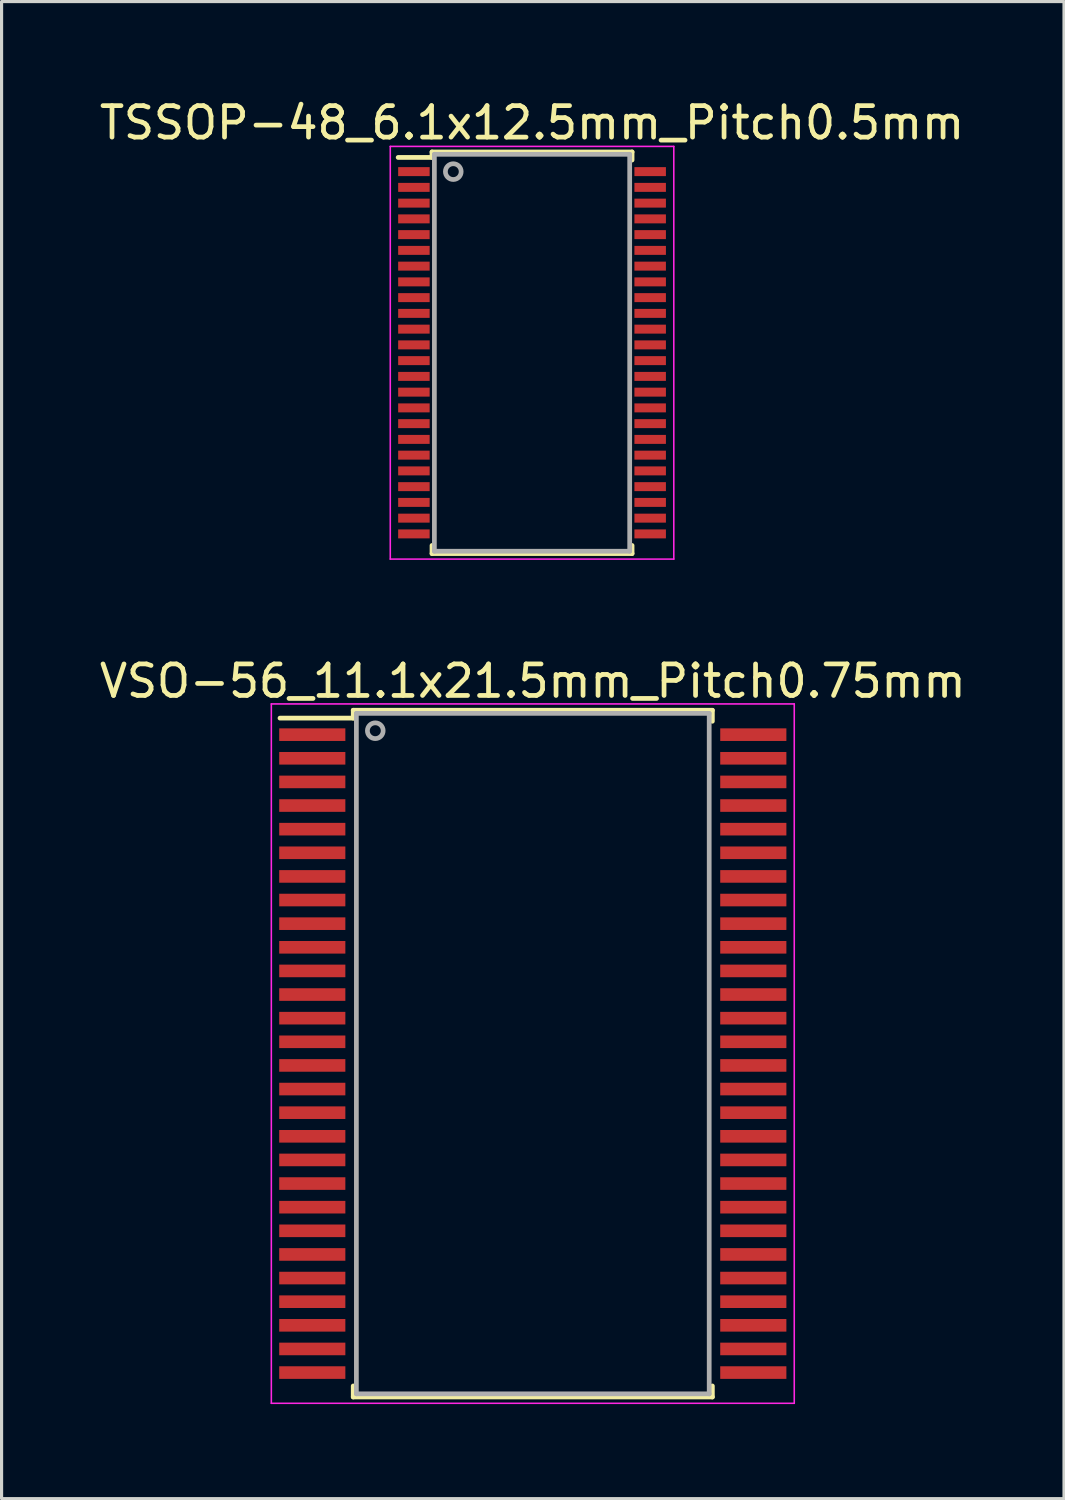
<source format=kicad_pcb>
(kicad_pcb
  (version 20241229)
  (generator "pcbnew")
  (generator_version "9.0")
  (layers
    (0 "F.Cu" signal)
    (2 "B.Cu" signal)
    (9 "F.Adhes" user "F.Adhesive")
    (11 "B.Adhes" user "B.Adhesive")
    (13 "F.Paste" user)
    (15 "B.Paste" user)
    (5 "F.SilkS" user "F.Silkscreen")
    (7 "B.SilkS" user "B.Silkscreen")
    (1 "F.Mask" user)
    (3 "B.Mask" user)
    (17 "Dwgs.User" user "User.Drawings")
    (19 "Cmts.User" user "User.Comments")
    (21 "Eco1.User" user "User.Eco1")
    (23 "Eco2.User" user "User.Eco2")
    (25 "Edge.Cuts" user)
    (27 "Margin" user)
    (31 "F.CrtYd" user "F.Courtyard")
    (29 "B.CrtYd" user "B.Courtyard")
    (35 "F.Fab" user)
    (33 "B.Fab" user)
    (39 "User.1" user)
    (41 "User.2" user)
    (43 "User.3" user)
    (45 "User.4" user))
  (footprint "VSO-56_11.1x21.5mm_Pitch0.75mm"
    (layer "F.Cu")
    (at 13.863 30.396)
    (property "Reference" "VSO-56_11.1x21.5mm_Pitch0.75mm" (at 0 -11.825 0) (layer "F.SilkS") (effects (font (size 1 1) (thickness 0.15))))
    (attr smd)
    (fp_line (start -5.7 -10.9) (end -5.7 -10.65) (stroke (width 0.15) (type solid)) (layer "F.SilkS"))
    (fp_line (start -5.7 -10.9) (end 5.7 -10.9) (stroke (width 0.15) (type solid)) (layer "F.SilkS"))
    (fp_line (start -5.7 -10.65) (end -8.025 -10.65) (stroke (width 0.15) (type solid)) (layer "F.SilkS"))
    (fp_line (start -5.7 10.9) (end -5.7 10.55) (stroke (width 0.15) (type solid)) (layer "F.SilkS"))
    (fp_line (start -5.7 10.9) (end 5.7 10.9) (stroke (width 0.15) (type solid)) (layer "F.SilkS"))
    (fp_line (start 5.7 -10.9) (end 5.7 -10.55) (stroke (width 0.15) (type solid)) (layer "F.SilkS"))
    (fp_line (start 5.7 10.9) (end 5.7 10.55) (stroke (width 0.15) (type solid)) (layer "F.SilkS"))
    (fp_line (start -8.3 -11.1) (end -8.3 11.1) (stroke (width 0.05) (type solid)) (layer "F.CrtYd"))
    (fp_line (start -8.3 -11.1) (end 8.3 -11.1) (stroke (width 0.05) (type solid)) (layer "F.CrtYd"))
    (fp_line (start -8.3 11.1) (end 8.3 11.1) (stroke (width 0.05) (type solid)) (layer "F.CrtYd"))
    (fp_line (start 8.3 -11.1) (end 8.3 11.1) (stroke (width 0.05) (type solid)) (layer "F.CrtYd"))
    (fp_line (start -5.6 -10.8) (end 5.6 -10.8) (stroke (width 0.15) (type solid)) (layer "F.Fab"))
    (fp_line (start -5.6 10.8) (end -5.6 -10.8) (stroke (width 0.15) (type solid)) (layer "F.Fab"))
    (fp_line (start 5.6 -10.8) (end 5.6 10.8) (stroke (width 0.15) (type solid)) (layer "F.Fab"))
    (fp_line (start 5.6 10.8) (end -5.6 10.8) (stroke (width 0.15) (type solid)) (layer "F.Fab"))
    (fp_circle (center -5 -10.25) (end -5.25 -10.25) (stroke (width 0.15) (type solid)) (fill no) (layer "F.Fab"))
    (pad "1" smd rect (at -7 -10.125) (size 2.1 0.4) (layers "F.Cu" "F.Mask" "F.Paste"))
    (pad "2" smd rect (at -7 -9.375) (size 2.1 0.4) (layers "F.Cu" "F.Mask" "F.Paste"))
    (pad "3" smd rect (at -7 -8.625) (size 2.1 0.4) (layers "F.Cu" "F.Mask" "F.Paste"))
    (pad "4" smd rect (at -7 -7.875) (size 2.1 0.4) (layers "F.Cu" "F.Mask" "F.Paste"))
    (pad "5" smd rect (at -7 -7.125) (size 2.1 0.4) (layers "F.Cu" "F.Mask" "F.Paste"))
    (pad "6" smd rect (at -7 -6.375) (size 2.1 0.4) (layers "F.Cu" "F.Mask" "F.Paste"))
    (pad "7" smd rect (at -7 -5.625) (size 2.1 0.4) (layers "F.Cu" "F.Mask" "F.Paste"))
    (pad "8" smd rect (at -7 -4.875) (size 2.1 0.4) (layers "F.Cu" "F.Mask" "F.Paste"))
    (pad "9" smd rect (at -7 -4.125) (size 2.1 0.4) (layers "F.Cu" "F.Mask" "F.Paste"))
    (pad "10" smd rect (at -7 -3.375) (size 2.1 0.4) (layers "F.Cu" "F.Mask" "F.Paste"))
    (pad "11" smd rect (at -7 -2.625) (size 2.1 0.4) (layers "F.Cu" "F.Mask" "F.Paste"))
    (pad "12" smd rect (at -7 -1.875) (size 2.1 0.4) (layers "F.Cu" "F.Mask" "F.Paste"))
    (pad "13" smd rect (at -7 -1.125) (size 2.1 0.4) (layers "F.Cu" "F.Mask" "F.Paste"))
    (pad "14" smd rect (at -7 -0.375) (size 2.1 0.4) (layers "F.Cu" "F.Mask" "F.Paste"))
    (pad "15" smd rect (at -7 0.375) (size 2.1 0.4) (layers "F.Cu" "F.Mask" "F.Paste"))
    (pad "16" smd rect (at -7 1.125) (size 2.1 0.4) (layers "F.Cu" "F.Mask" "F.Paste"))
    (pad "17" smd rect (at -7 1.875) (size 2.1 0.4) (layers "F.Cu" "F.Mask" "F.Paste"))
    (pad "18" smd rect (at -7 2.625) (size 2.1 0.4) (layers "F.Cu" "F.Mask" "F.Paste"))
    (pad "19" smd rect (at -7 3.375) (size 2.1 0.4) (layers "F.Cu" "F.Mask" "F.Paste"))
    (pad "20" smd rect (at -7 4.125) (size 2.1 0.4) (layers "F.Cu" "F.Mask" "F.Paste"))
    (pad "21" smd rect (at -7 4.875) (size 2.1 0.4) (layers "F.Cu" "F.Mask" "F.Paste"))
    (pad "22" smd rect (at -7 5.625) (size 2.1 0.4) (layers "F.Cu" "F.Mask" "F.Paste"))
    (pad "23" smd rect (at -7 6.375) (size 2.1 0.4) (layers "F.Cu" "F.Mask" "F.Paste"))
    (pad "24" smd rect (at -7 7.125) (size 2.1 0.4) (layers "F.Cu" "F.Mask" "F.Paste"))
    (pad "25" smd rect (at -7 7.875) (size 2.1 0.4) (layers "F.Cu" "F.Mask" "F.Paste"))
    (pad "26" smd rect (at -7 8.625) (size 2.1 0.4) (layers "F.Cu" "F.Mask" "F.Paste"))
    (pad "27" smd rect (at -7 9.375) (size 2.1 0.4) (layers "F.Cu" "F.Mask" "F.Paste"))
    (pad "28" smd rect (at -7 10.125) (size 2.1 0.4) (layers "F.Cu" "F.Mask" "F.Paste"))
    (pad "29" smd rect (at 7 10.125) (size 2.1 0.4) (layers "F.Cu" "F.Mask" "F.Paste"))
    (pad "30" smd rect (at 7 9.375) (size 2.1 0.4) (layers "F.Cu" "F.Mask" "F.Paste"))
    (pad "31" smd rect (at 7 8.625) (size 2.1 0.4) (layers "F.Cu" "F.Mask" "F.Paste"))
    (pad "32" smd rect (at 7 7.875) (size 2.1 0.4) (layers "F.Cu" "F.Mask" "F.Paste"))
    (pad "33" smd rect (at 7 7.125) (size 2.1 0.4) (layers "F.Cu" "F.Mask" "F.Paste"))
    (pad "34" smd rect (at 7 6.375) (size 2.1 0.4) (layers "F.Cu" "F.Mask" "F.Paste"))
    (pad "35" smd rect (at 7 5.625) (size 2.1 0.4) (layers "F.Cu" "F.Mask" "F.Paste"))
    (pad "36" smd rect (at 7 4.875) (size 2.1 0.4) (layers "F.Cu" "F.Mask" "F.Paste"))
    (pad "37" smd rect (at 7 4.125) (size 2.1 0.4) (layers "F.Cu" "F.Mask" "F.Paste"))
    (pad "38" smd rect (at 7 3.375) (size 2.1 0.4) (layers "F.Cu" "F.Mask" "F.Paste"))
    (pad "39" smd rect (at 7 2.625) (size 2.1 0.4) (layers "F.Cu" "F.Mask" "F.Paste"))
    (pad "40" smd rect (at 7 1.875) (size 2.1 0.4) (layers "F.Cu" "F.Mask" "F.Paste"))
    (pad "41" smd rect (at 7 1.125) (size 2.1 0.4) (layers "F.Cu" "F.Mask" "F.Paste"))
    (pad "42" smd rect (at 7 0.375) (size 2.1 0.4) (layers "F.Cu" "F.Mask" "F.Paste"))
    (pad "43" smd rect (at 7 -0.375) (size 2.1 0.4) (layers "F.Cu" "F.Mask" "F.Paste"))
    (pad "44" smd rect (at 7 -1.125) (size 2.1 0.4) (layers "F.Cu" "F.Mask" "F.Paste"))
    (pad "45" smd rect (at 7 -1.875) (size 2.1 0.4) (layers "F.Cu" "F.Mask" "F.Paste"))
    (pad "46" smd rect (at 7 -2.625) (size 2.1 0.4) (layers "F.Cu" "F.Mask" "F.Paste"))
    (pad "47" smd rect (at 7 -3.375) (size 2.1 0.4) (layers "F.Cu" "F.Mask" "F.Paste"))
    (pad "48" smd rect (at 7 -4.125) (size 2.1 0.4) (layers "F.Cu" "F.Mask" "F.Paste"))
    (pad "49" smd rect (at 7 -4.875) (size 2.1 0.4) (layers "F.Cu" "F.Mask" "F.Paste"))
    (pad "50" smd rect (at 7 -5.625) (size 2.1 0.4) (layers "F.Cu" "F.Mask" "F.Paste"))
    (pad "51" smd rect (at 7 -6.375) (size 2.1 0.4) (layers "F.Cu" "F.Mask" "F.Paste"))
    (pad "52" smd rect (at 7 -7.125) (size 2.1 0.4) (layers "F.Cu" "F.Mask" "F.Paste"))
    (pad "53" smd rect (at 7 -7.875) (size 2.1 0.4) (layers "F.Cu" "F.Mask" "F.Paste"))
    (pad "54" smd rect (at 7 -8.625) (size 2.1 0.4) (layers "F.Cu" "F.Mask" "F.Paste"))
    (pad "55" smd rect (at 7 -9.375) (size 2.1 0.4) (layers "F.Cu" "F.Mask" "F.Paste"))
    (pad "56" smd rect (at 7 -10.125) (size 2.1 0.4) (layers "F.Cu" "F.Mask" "F.Paste")))
  (footprint "TSSOP-48_6.1x12.5mm_Pitch0.5mm"
    (layer "F.Cu")
    (at 13.839 8.148)
    (property "Reference" "TSSOP-48_6.1x12.5mm_Pitch0.5mm" (at 0 -7.3 0) (layer "F.SilkS") (effects (font (size 1 1) (thickness 0.15))))
    (attr smd)
    (fp_line (start -3.175 -6.375) (end -3.175 -6.2) (stroke (width 0.15) (type solid)) (layer "F.SilkS"))
    (fp_line (start -3.175 -6.375) (end 3.175 -6.375) (stroke (width 0.15) (type solid)) (layer "F.SilkS"))
    (fp_line (start -3.175 -6.2) (end -4.25 -6.2) (stroke (width 0.15) (type solid)) (layer "F.SilkS"))
    (fp_line (start -3.175 6.375) (end -3.175 6.117) (stroke (width 0.15) (type solid)) (layer "F.SilkS"))
    (fp_line (start -3.175 6.375) (end 3.175 6.375) (stroke (width 0.15) (type solid)) (layer "F.SilkS"))
    (fp_line (start 3.175 -6.375) (end 3.175 -6.117) (stroke (width 0.15) (type solid)) (layer "F.SilkS"))
    (fp_line (start 3.175 6.375) (end 3.175 6.117) (stroke (width 0.15) (type solid)) (layer "F.SilkS"))
    (fp_line (start -4.5 -6.55) (end -4.5 6.55) (stroke (width 0.05) (type solid)) (layer "F.CrtYd"))
    (fp_line (start -4.5 -6.55) (end 4.5 -6.55) (stroke (width 0.05) (type solid)) (layer "F.CrtYd"))
    (fp_line (start -4.5 6.55) (end 4.5 6.55) (stroke (width 0.05) (type solid)) (layer "F.CrtYd"))
    (fp_line (start 4.5 -6.55) (end 4.5 6.55) (stroke (width 0.05) (type solid)) (layer "F.CrtYd"))
    (fp_line (start -3.1 -6.3) (end 3.1 -6.3) (stroke (width 0.15) (type solid)) (layer "F.Fab"))
    (fp_line (start -3.1 6.3) (end -3.1 -6.3) (stroke (width 0.15) (type solid)) (layer "F.Fab"))
    (fp_line (start 3.1 -6.3) (end 3.1 6.3) (stroke (width 0.15) (type solid)) (layer "F.Fab"))
    (fp_line (start 3.1 6.3) (end -3.1 6.3) (stroke (width 0.15) (type solid)) (layer "F.Fab"))
    (fp_circle (center -2.5 -5.75) (end -2.75 -5.75) (stroke (width 0.15) (type solid)) (fill no) (layer "F.Fab"))
    (pad "1" smd rect (at -3.75 -5.75) (size 1 0.285) (layers "F.Cu" "F.Mask" "F.Paste"))
    (pad "2" smd rect (at -3.75 -5.25) (size 1 0.285) (layers "F.Cu" "F.Mask" "F.Paste"))
    (pad "3" smd rect (at -3.75 -4.75) (size 1 0.285) (layers "F.Cu" "F.Mask" "F.Paste"))
    (pad "4" smd rect (at -3.75 -4.25) (size 1 0.285) (layers "F.Cu" "F.Mask" "F.Paste"))
    (pad "5" smd rect (at -3.75 -3.75) (size 1 0.285) (layers "F.Cu" "F.Mask" "F.Paste"))
    (pad "6" smd rect (at -3.75 -3.25) (size 1 0.285) (layers "F.Cu" "F.Mask" "F.Paste"))
    (pad "7" smd rect (at -3.75 -2.75) (size 1 0.285) (layers "F.Cu" "F.Mask" "F.Paste"))
    (pad "8" smd rect (at -3.75 -2.25) (size 1 0.285) (layers "F.Cu" "F.Mask" "F.Paste"))
    (pad "9" smd rect (at -3.75 -1.75) (size 1 0.285) (layers "F.Cu" "F.Mask" "F.Paste"))
    (pad "10" smd rect (at -3.75 -1.25) (size 1 0.285) (layers "F.Cu" "F.Mask" "F.Paste"))
    (pad "11" smd rect (at -3.75 -0.75) (size 1 0.285) (layers "F.Cu" "F.Mask" "F.Paste"))
    (pad "12" smd rect (at -3.75 -0.25) (size 1 0.285) (layers "F.Cu" "F.Mask" "F.Paste"))
    (pad "13" smd rect (at -3.75 0.25) (size 1 0.285) (layers "F.Cu" "F.Mask" "F.Paste"))
    (pad "14" smd rect (at -3.75 0.75) (size 1 0.285) (layers "F.Cu" "F.Mask" "F.Paste"))
    (pad "15" smd rect (at -3.75 1.25) (size 1 0.285) (layers "F.Cu" "F.Mask" "F.Paste"))
    (pad "16" smd rect (at -3.75 1.75) (size 1 0.285) (layers "F.Cu" "F.Mask" "F.Paste"))
    (pad "17" smd rect (at -3.75 2.25) (size 1 0.285) (layers "F.Cu" "F.Mask" "F.Paste"))
    (pad "18" smd rect (at -3.75 2.75) (size 1 0.285) (layers "F.Cu" "F.Mask" "F.Paste"))
    (pad "19" smd rect (at -3.75 3.25) (size 1 0.285) (layers "F.Cu" "F.Mask" "F.Paste"))
    (pad "20" smd rect (at -3.75 3.75) (size 1 0.285) (layers "F.Cu" "F.Mask" "F.Paste"))
    (pad "21" smd rect (at -3.75 4.25) (size 1 0.285) (layers "F.Cu" "F.Mask" "F.Paste"))
    (pad "22" smd rect (at -3.75 4.75) (size 1 0.285) (layers "F.Cu" "F.Mask" "F.Paste"))
    (pad "23" smd rect (at -3.75 5.25) (size 1 0.285) (layers "F.Cu" "F.Mask" "F.Paste"))
    (pad "24" smd rect (at -3.75 5.75) (size 1 0.285) (layers "F.Cu" "F.Mask" "F.Paste"))
    (pad "25" smd rect (at 3.75 5.75) (size 1 0.285) (layers "F.Cu" "F.Mask" "F.Paste"))
    (pad "26" smd rect (at 3.75 5.25) (size 1 0.285) (layers "F.Cu" "F.Mask" "F.Paste"))
    (pad "27" smd rect (at 3.75 4.75) (size 1 0.285) (layers "F.Cu" "F.Mask" "F.Paste"))
    (pad "28" smd rect (at 3.75 4.25) (size 1 0.285) (layers "F.Cu" "F.Mask" "F.Paste"))
    (pad "29" smd rect (at 3.75 3.75) (size 1 0.285) (layers "F.Cu" "F.Mask" "F.Paste"))
    (pad "30" smd rect (at 3.75 3.25) (size 1 0.285) (layers "F.Cu" "F.Mask" "F.Paste"))
    (pad "31" smd rect (at 3.75 2.75) (size 1 0.285) (layers "F.Cu" "F.Mask" "F.Paste"))
    (pad "32" smd rect (at 3.75 2.25) (size 1 0.285) (layers "F.Cu" "F.Mask" "F.Paste"))
    (pad "33" smd rect (at 3.75 1.75) (size 1 0.285) (layers "F.Cu" "F.Mask" "F.Paste"))
    (pad "34" smd rect (at 3.75 1.25) (size 1 0.285) (layers "F.Cu" "F.Mask" "F.Paste"))
    (pad "35" smd rect (at 3.75 0.75) (size 1 0.285) (layers "F.Cu" "F.Mask" "F.Paste"))
    (pad "36" smd rect (at 3.75 0.25) (size 1 0.285) (layers "F.Cu" "F.Mask" "F.Paste"))
    (pad "37" smd rect (at 3.75 -0.25) (size 1 0.285) (layers "F.Cu" "F.Mask" "F.Paste"))
    (pad "38" smd rect (at 3.75 -0.75) (size 1 0.285) (layers "F.Cu" "F.Mask" "F.Paste"))
    (pad "39" smd rect (at 3.75 -1.25) (size 1 0.285) (layers "F.Cu" "F.Mask" "F.Paste"))
    (pad "40" smd rect (at 3.75 -1.75) (size 1 0.285) (layers "F.Cu" "F.Mask" "F.Paste"))
    (pad "41" smd rect (at 3.75 -2.25) (size 1 0.285) (layers "F.Cu" "F.Mask" "F.Paste"))
    (pad "42" smd rect (at 3.75 -2.75) (size 1 0.285) (layers "F.Cu" "F.Mask" "F.Paste"))
    (pad "43" smd rect (at 3.75 -3.25) (size 1 0.285) (layers "F.Cu" "F.Mask" "F.Paste"))
    (pad "44" smd rect (at 3.75 -3.75) (size 1 0.285) (layers "F.Cu" "F.Mask" "F.Paste"))
    (pad "45" smd rect (at 3.75 -4.25) (size 1 0.285) (layers "F.Cu" "F.Mask" "F.Paste"))
    (pad "46" smd rect (at 3.75 -4.75) (size 1 0.285) (layers "F.Cu" "F.Mask" "F.Paste"))
    (pad "47" smd rect (at 3.75 -5.25) (size 1 0.285) (layers "F.Cu" "F.Mask" "F.Paste"))
    (pad "48" smd rect (at 3.75 -5.75) (size 1 0.285) (layers "F.Cu" "F.Mask" "F.Paste")))
  (gr_rect
    (start -3 -3)
    (end 30.726 44.522)
    (stroke (width 0.1) (type default))
    (fill no)
    (layer "Edge.Cuts")))
</source>
